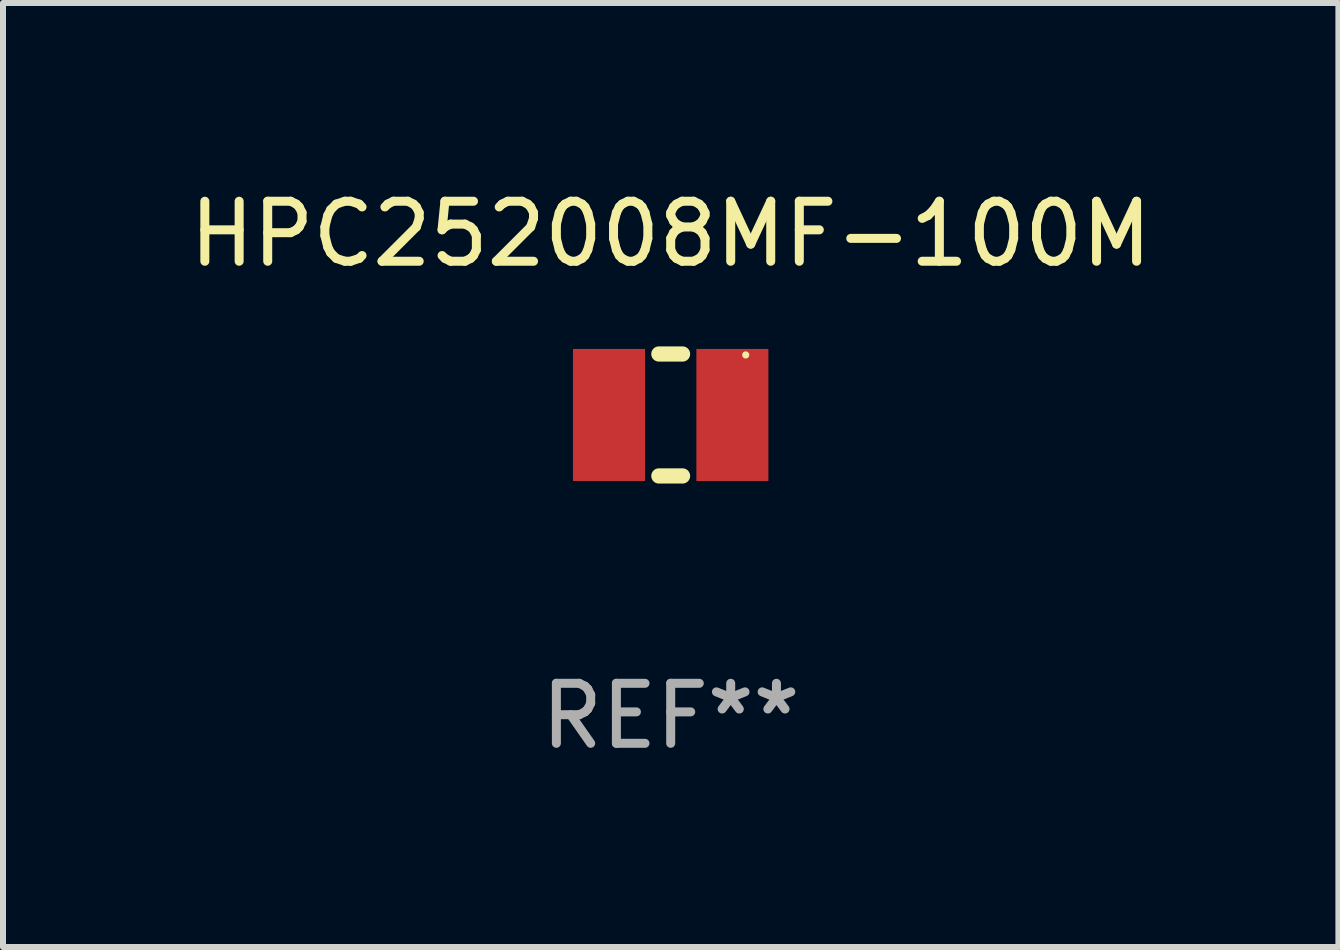
<source format=kicad_pcb>
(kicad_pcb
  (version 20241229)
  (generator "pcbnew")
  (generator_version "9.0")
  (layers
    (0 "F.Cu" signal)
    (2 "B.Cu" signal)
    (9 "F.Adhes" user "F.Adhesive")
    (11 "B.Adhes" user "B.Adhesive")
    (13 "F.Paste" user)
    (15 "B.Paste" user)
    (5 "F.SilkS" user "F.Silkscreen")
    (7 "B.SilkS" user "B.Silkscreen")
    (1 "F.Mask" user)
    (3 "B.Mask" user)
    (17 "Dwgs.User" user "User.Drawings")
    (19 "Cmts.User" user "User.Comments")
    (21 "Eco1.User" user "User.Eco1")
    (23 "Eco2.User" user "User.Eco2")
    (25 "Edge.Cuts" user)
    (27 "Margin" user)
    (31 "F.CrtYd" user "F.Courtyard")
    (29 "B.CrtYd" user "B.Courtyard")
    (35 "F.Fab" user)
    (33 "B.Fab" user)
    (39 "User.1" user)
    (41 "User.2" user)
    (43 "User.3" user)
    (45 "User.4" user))
  (footprint "HPC252008MF-100M"
    (layer "F.Cu")
    (at 8.125 3.864)
    (property "Reference" "HPC252008MF-100M" (at 0 -3.016 0) (layer "F.SilkS") (effects (font (size 1 1) (thickness 0.15))))
    (attr through_hole)
    (fp_line (start -0.197 1.016) (end 0.197 1.016) (stroke (width 0.254) (type solid)) (layer "F.SilkS"))
    (fp_line (start 0.197 -1.016) (end -0.197 -1.016) (stroke (width 0.254) (type solid)) (layer "F.SilkS"))
    (fp_circle (center 1.25 -1) (end 1.28 -1) (stroke (width 0.06) (type solid)) (fill no) (layer "F.SilkS"))
    (fp_text user "REF**" (at 0 5.016 0) (layer "F.Fab") (effects (font (size 1 1) (thickness 0.15))))
    (pad "1" smd rect (at 1.028 0) (size 1.2 2.2) (layers "F.Cu" "F.Mask" "F.Paste"))
    (pad "2" smd rect (at -1.028 0) (size 1.2 2.2) (layers "F.Cu" "F.Mask" "F.Paste")))
  (gr_rect
    (start -3 -3)
    (end 19.25 12.729)
    (stroke (width 0.1) (type default))
    (fill no)
    (layer "Edge.Cuts")))
</source>
